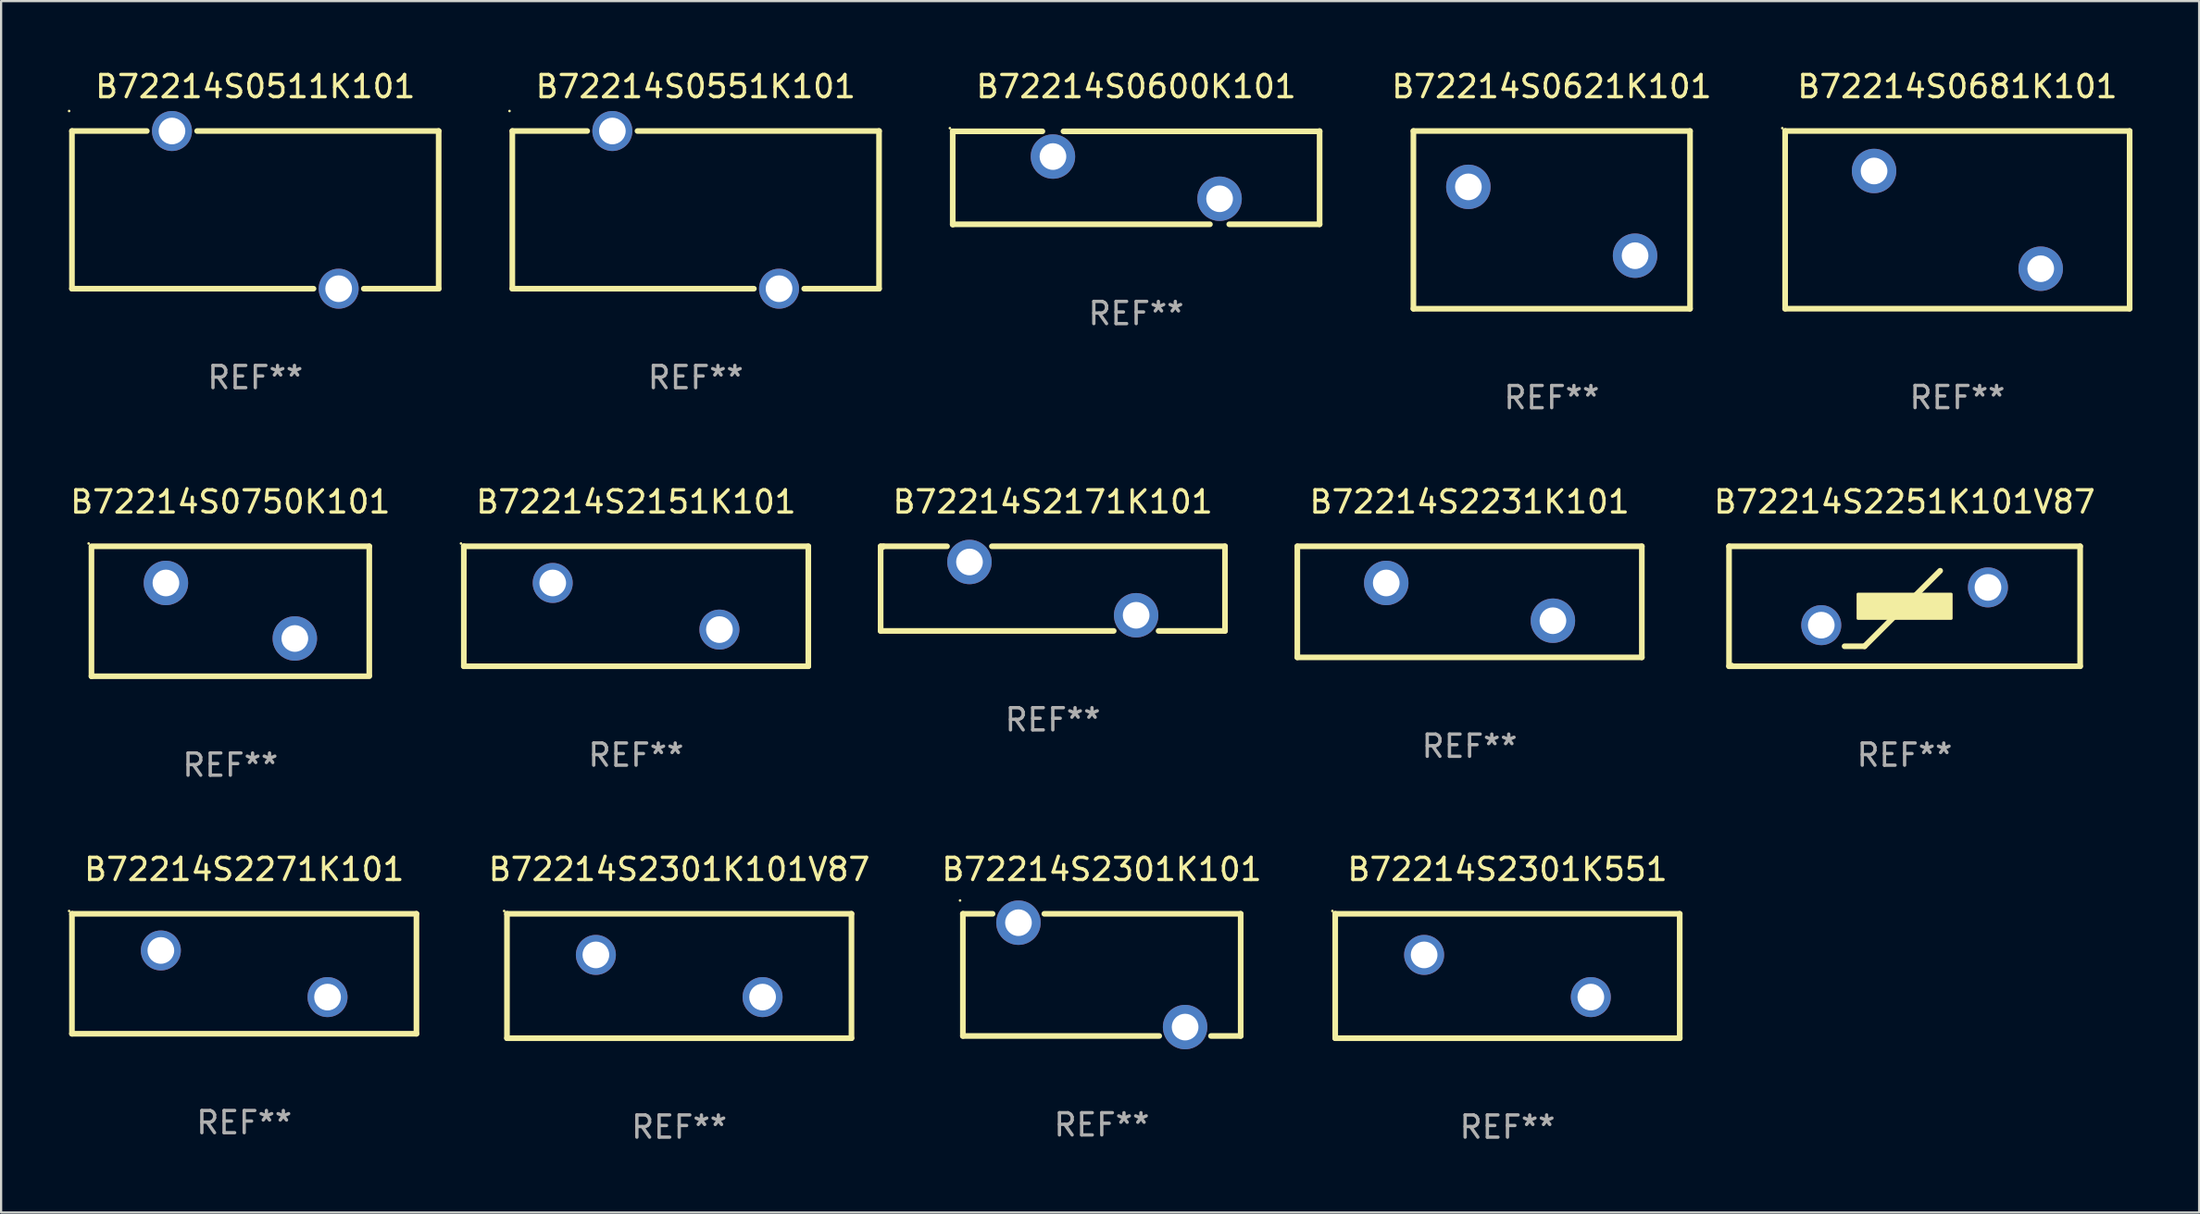
<source format=kicad_pcb>
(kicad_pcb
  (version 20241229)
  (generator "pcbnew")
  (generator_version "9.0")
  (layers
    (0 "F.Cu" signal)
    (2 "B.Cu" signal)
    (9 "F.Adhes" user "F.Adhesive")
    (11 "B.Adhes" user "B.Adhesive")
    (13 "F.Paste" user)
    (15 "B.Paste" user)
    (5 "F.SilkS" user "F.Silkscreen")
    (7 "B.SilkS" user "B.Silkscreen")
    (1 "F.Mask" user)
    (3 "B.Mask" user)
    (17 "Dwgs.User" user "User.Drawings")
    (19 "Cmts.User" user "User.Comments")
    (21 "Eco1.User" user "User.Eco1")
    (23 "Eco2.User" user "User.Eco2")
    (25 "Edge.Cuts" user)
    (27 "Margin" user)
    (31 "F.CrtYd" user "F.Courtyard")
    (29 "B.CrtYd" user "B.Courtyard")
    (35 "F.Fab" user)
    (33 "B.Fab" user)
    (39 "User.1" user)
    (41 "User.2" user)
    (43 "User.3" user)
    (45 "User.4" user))
  (footprint "B72214S0621K101"
    (layer "F.Cu")
    (at 66.766 6.849)
    (property "Reference" "B72214S0621K101" (at 0 -6.001 0) (layer "F.SilkS") (effects (font (size 1 1) (thickness 0.15))))
    (attr through_hole)
    (fp_line (start -6.223 -4.001) (end 6.223 -4.001) (stroke (width 0.254) (type solid)) (layer "F.SilkS"))
    (fp_line (start -6.223 4.001) (end -6.223 -4.001) (stroke (width 0.254) (type solid)) (layer "F.SilkS"))
    (fp_line (start 6.223 -4.001) (end 6.223 4.001) (stroke (width 0.254) (type solid)) (layer "F.SilkS"))
    (fp_line (start 6.223 4.001) (end -6.223 4.001) (stroke (width 0.254) (type solid)) (layer "F.SilkS"))
    (fp_circle (center -6.25 -3.937) (end -6.22 -3.937) (stroke (width 0.06) (type solid)) (fill no) (layer "F.SilkS"))
    (fp_text user "REF**" (at 0 8.001 0) (layer "F.Fab") (effects (font (size 1 1) (thickness 0.15))))
    (pad "1" thru_hole circle (at -3.75 -1.486) (size 2 2) (drill 1.2) (layers "*.Cu" "*.Mask"))
    (pad "2" thru_hole circle (at 3.75 1.613) (size 2 2) (drill 1.2) (layers "*.Cu" "*.Mask")))
  (footprint "B72214S2231K101"
    (layer "F.Cu")
    (at 63.07 24.046)
    (property "Reference" "B72214S2231K101" (at 0 -4.5 0) (layer "F.SilkS") (effects (font (size 1 1) (thickness 0.15))))
    (attr through_hole)
    (fp_line (start -7.75 -2.5) (end 7.75 -2.5) (stroke (width 0.254) (type solid)) (layer "F.SilkS"))
    (fp_line (start -7.75 2.5) (end -7.75 -2.499) (stroke (width 0.254) (type solid)) (layer "F.SilkS"))
    (fp_line (start 7.75 -2.5) (end 7.75 2.5) (stroke (width 0.254) (type solid)) (layer "F.SilkS"))
    (fp_line (start 7.75 2.5) (end -7.75 2.5) (stroke (width 0.254) (type solid)) (layer "F.SilkS"))
    (fp_circle (center -7.75 -2.5) (end -7.72 -2.5) (stroke (width 0.06) (type solid)) (fill no) (layer "F.SilkS"))
    (fp_text user "REF**" (at 0 6.5 0) (layer "F.Fab") (effects (font (size 1 1) (thickness 0.15))))
    (pad "1" thru_hole circle (at -3.749 -0.85) (size 2 2) (drill 1.2) (layers "*.Cu" "*.Mask"))
    (pad "2" thru_hole circle (at 3.749 0.85) (size 2 2) (drill 1.2) (layers "*.Cu" "*.Mask")))
  (footprint "B72214S2301K551"
    (layer "F.Cu")
    (at 64.775 40.892)
    (property "Reference" "B72214S2301K551" (at 0 -4.8 0) (layer "F.SilkS") (effects (font (size 1 1) (thickness 0.15))))
    (attr through_hole)
    (fp_line (start -7.75 -2.8) (end 7.75 -2.8) (stroke (width 0.254) (type solid)) (layer "F.SilkS"))
    (fp_line (start -7.75 2.8) (end -7.75 -2.8) (stroke (width 0.254) (type solid)) (layer "F.SilkS"))
    (fp_line (start 7.75 -2.8) (end 7.75 2.8) (stroke (width 0.254) (type solid)) (layer "F.SilkS"))
    (fp_line (start 7.75 2.8) (end -7.75 2.8) (stroke (width 0.254) (type solid)) (layer "F.SilkS"))
    (fp_circle (center -7.877 -2.927) (end -7.847 -2.927) (stroke (width 0.06) (type solid)) (fill no) (layer "F.SilkS"))
    (fp_text user "REF**" (at 0 6.8 0) (layer "F.Fab") (effects (font (size 1 1) (thickness 0.15))))
    (pad "1" thru_hole circle (at -3.75 -0.95) (size 1.8 1.8) (drill 1.2) (layers "*.Cu" "*.Mask"))
    (pad "2" thru_hole circle (at 3.75 0.95) (size 1.8 1.8) (drill 1.2) (layers "*.Cu" "*.Mask")))
  (footprint "B72214S0750K101"
    (layer "F.Cu")
    (at 7.315 24.471)
    (property "Reference" "B72214S0750K101" (at 0 -4.925 0) (layer "F.SilkS") (effects (font (size 1 1) (thickness 0.15))))
    (attr through_hole)
    (fp_line (start -6.25 -2.925) (end 6.25 -2.925) (stroke (width 0.254) (type solid)) (layer "F.SilkS"))
    (fp_line (start -6.25 2.925) (end -6.25 -2.875) (stroke (width 0.254) (type solid)) (layer "F.SilkS"))
    (fp_line (start 6.25 -2.925) (end 6.25 2.875) (stroke (width 0.254) (type solid)) (layer "F.SilkS"))
    (fp_line (start 6.25 2.925) (end -6.25 2.925) (stroke (width 0.254) (type solid)) (layer "F.SilkS"))
    (fp_circle (center -6.377 -3.052) (end -6.347 -3.052) (stroke (width 0.06) (type solid)) (fill no) (layer "F.SilkS"))
    (fp_text user "REF**" (at 0 6.925 0) (layer "F.Fab") (effects (font (size 1 1) (thickness 0.15))))
    (pad "1" thru_hole circle (at -2.9 -1.275) (size 2 2) (drill 1.2) (layers "*.Cu" "*.Mask"))
    (pad "2" thru_hole circle (at 2.9 1.225) (size 2 2) (drill 1.2) (layers "*.Cu" "*.Mask")))
  (footprint "B72214S2171K101"
    (layer "F.Cu")
    (at 44.319 23.451)
    (property "Reference" "B72214S2171K101" (at 0 -3.905 0) (layer "F.SilkS") (effects (font (size 1 1) (thickness 0.15))))
    (attr through_hole)
    (fp_line (start -7.747 -1.905) (end -7.62 -1.905) (stroke (width 0.254) (type solid)) (layer "F.SilkS"))
    (fp_line (start -7.747 1.905) (end -7.747 -1.905) (stroke (width 0.254) (type solid)) (layer "F.SilkS"))
    (fp_line (start -7.62 -1.905) (end -4.759 -1.905) (stroke (width 0.254) (type solid)) (layer "F.SilkS"))
    (fp_line (start -2.741 -1.905) (end 7.747 -1.905) (stroke (width 0.254) (type solid)) (layer "F.SilkS"))
    (fp_line (start 2.74 1.905) (end -7.747 1.905) (stroke (width 0.254) (type solid)) (layer "F.SilkS"))
    (fp_line (start 7.747 -1.905) (end 7.747 1.905) (stroke (width 0.254) (type solid)) (layer "F.SilkS"))
    (fp_line (start 7.747 1.905) (end 4.758 1.905) (stroke (width 0.254) (type solid)) (layer "F.SilkS"))
    (fp_circle (center -7.625 -1.8) (end -7.595 -1.8) (stroke (width 0.06) (type solid)) (fill no) (layer "F.SilkS"))
    (fp_text user "REF**" (at 0 5.905 0) (layer "F.Fab") (effects (font (size 1 1) (thickness 0.15))))
    (pad "1" thru_hole circle (at -3.75 -1.2) (size 2 2) (drill 1.2) (layers "*.Cu" "*.Mask"))
    (pad "2" thru_hole circle (at 3.749 1.2) (size 2 2) (drill 1.2) (layers "*.Cu" "*.Mask")))
  (footprint "B72214S2301K101"
    (layer "F.Cu")
    (at 46.522 40.842)
    (property "Reference" "B72214S2301K101" (at 0 -4.75 0) (layer "F.SilkS") (effects (font (size 1 1) (thickness 0.15))))
    (attr through_hole)
    (fp_line (start -6.25 -2.75) (end -4.913 -2.75) (stroke (width 0.254) (type solid)) (layer "F.SilkS"))
    (fp_line (start -6.25 2.75) (end -6.25 -2.75) (stroke (width 0.254) (type solid)) (layer "F.SilkS"))
    (fp_line (start -2.585 -2.75) (end 6.25 -2.75) (stroke (width 0.254) (type solid)) (layer "F.SilkS"))
    (fp_line (start 2.585 2.75) (end -6.25 2.75) (stroke (width 0.254) (type solid)) (layer "F.SilkS"))
    (fp_line (start 6.25 -2.75) (end 6.25 2.75) (stroke (width 0.254) (type solid)) (layer "F.SilkS"))
    (fp_line (start 6.25 2.75) (end 4.913 2.75) (stroke (width 0.254) (type solid)) (layer "F.SilkS"))
    (fp_circle (center -6.377 -3.35) (end -6.347 -3.35) (stroke (width 0.06) (type solid)) (fill no) (layer "F.SilkS"))
    (fp_text user "REF**" (at 0 6.75 0) (layer "F.Fab") (effects (font (size 1 1) (thickness 0.15))))
    (pad "1" thru_hole circle (at -3.749 -2.35) (size 2 2) (drill 1.2) (layers "*.Cu" "*.Mask"))
    (pad "2" thru_hole circle (at 3.749 2.35) (size 2 2) (drill 1.2) (layers "*.Cu" "*.Mask")))
  (footprint "B72214S0551K101"
    (layer "F.Cu")
    (at 28.251 6.398)
    (property "Reference" "B72214S0551K101" (at 0 -5.55 0) (layer "F.SilkS") (effects (font (size 1 1) (thickness 0.15))))
    (attr through_hole)
    (fp_line (start -8.25 -3.55) (end -4.881 -3.55) (stroke (width 0.254) (type solid)) (layer "F.SilkS"))
    (fp_line (start -8.25 3.55) (end -8.25 -3.55) (stroke (width 0.254) (type solid)) (layer "F.SilkS"))
    (fp_line (start -8.25 3.55) (end 2.619 3.55) (stroke (width 0.254) (type solid)) (layer "F.SilkS"))
    (fp_line (start -2.619 -3.55) (end 8.25 -3.55) (stroke (width 0.254) (type solid)) (layer "F.SilkS"))
    (fp_line (start 4.881 3.55) (end 8.25 3.55) (stroke (width 0.254) (type solid)) (layer "F.SilkS"))
    (fp_line (start 8.25 -3.55) (end 8.25 3.55) (stroke (width 0.254) (type solid)) (layer "F.SilkS"))
    (fp_circle (center -8.377 -4.45) (end -8.347 -4.45) (stroke (width 0.06) (type solid)) (fill no) (layer "F.SilkS"))
    (fp_text user "REF**" (at 0 7.55 0) (layer "F.Fab") (effects (font (size 1 1) (thickness 0.15))))
    (pad "1" thru_hole circle (at -3.75 -3.55) (size 1.8 1.8) (drill 1.2) (layers "*.Cu" "*.Mask"))
    (pad "2" thru_hole circle (at 3.75 3.55) (size 1.8 1.8) (drill 1.2) (layers "*.Cu" "*.Mask")))
  (footprint "B72214S0600K101"
    (layer "F.Cu")
    (at 48.069 4.956)
    (property "Reference" "B72214S0600K101" (at 0 -4.108 0) (layer "F.SilkS") (effects (font (size 1 1) (thickness 0.15))))
    (attr through_hole)
    (fp_line (start -8.254 -2.093) (end -4.219 -2.093) (stroke (width 0.254) (type solid)) (layer "F.SilkS"))
    (fp_line (start -8.254 2.108) (end -8.254 -2.093) (stroke (width 0.254) (type solid)) (layer "F.SilkS"))
    (fp_line (start -3.271 -2.093) (end 8.254 -2.093) (stroke (width 0.254) (type solid)) (layer "F.SilkS"))
    (fp_line (start 3.319 2.092) (end -8.254 2.092) (stroke (width 0.254) (type solid)) (layer "F.SilkS"))
    (fp_line (start 8.254 -2.108) (end 8.254 2.092) (stroke (width 0.254) (type solid)) (layer "F.SilkS"))
    (fp_line (start 8.254 2.092) (end 4.188 2.092) (stroke (width 0.254) (type solid)) (layer "F.SilkS"))
    (fp_circle (center -8.381 -2.235) (end -8.351 -2.235) (stroke (width 0.06) (type solid)) (fill no) (layer "F.SilkS"))
    (fp_text user "REF**" (at 0 6.108 0) (layer "F.Fab") (effects (font (size 1 1) (thickness 0.15))))
    (pad "1" thru_hole circle (at -3.745 -0.958) (size 2 2) (drill 1.2) (layers "*.Cu" "*.Mask"))
    (pad "2" thru_hole circle (at 3.753 0.942) (size 2 2) (drill 1.2) (layers "*.Cu" "*.Mask")))
  (footprint "B72214S2151K101"
    (layer "F.Cu")
    (at 25.568 24.246)
    (property "Reference" "B72214S2151K101" (at 0 -4.7 0) (layer "F.SilkS") (effects (font (size 1 1) (thickness 0.15))))
    (attr through_hole)
    (fp_line (start -7.75 -2.7) (end 7.75 -2.7) (stroke (width 0.254) (type solid)) (layer "F.SilkS"))
    (fp_line (start -7.75 2.7) (end -7.75 -2.7) (stroke (width 0.254) (type solid)) (layer "F.SilkS"))
    (fp_line (start 7.75 -2.7) (end 7.75 2.7) (stroke (width 0.254) (type solid)) (layer "F.SilkS"))
    (fp_line (start 7.75 2.7) (end -7.75 2.7) (stroke (width 0.254) (type solid)) (layer "F.SilkS"))
    (fp_circle (center -7.877 -2.827) (end -7.847 -2.827) (stroke (width 0.06) (type solid)) (fill no) (layer "F.SilkS"))
    (fp_text user "REF**" (at 0 6.7 0) (layer "F.Fab") (effects (font (size 1 1) (thickness 0.15))))
    (pad "1" thru_hole circle (at -3.75 -1.05) (size 1.8 1.8) (drill 1.2) (layers "*.Cu" "*.Mask"))
    (pad "2" thru_hole circle (at 3.75 1.05) (size 1.8 1.8) (drill 1.2) (layers "*.Cu" "*.Mask")))
  (footprint "B72214S2271K101"
    (layer "F.Cu")
    (at 7.937 40.792)
    (property "Reference" "B72214S2271K101" (at 0 -4.7 0) (layer "F.SilkS") (effects (font (size 1 1) (thickness 0.15))))
    (attr through_hole)
    (fp_line (start -7.75 -2.7) (end 7.75 -2.7) (stroke (width 0.254) (type solid)) (layer "F.SilkS"))
    (fp_line (start -7.75 2.7) (end -7.75 -2.7) (stroke (width 0.254) (type solid)) (layer "F.SilkS"))
    (fp_line (start 7.75 -2.7) (end 7.75 2.7) (stroke (width 0.254) (type solid)) (layer "F.SilkS"))
    (fp_line (start 7.75 2.7) (end -7.75 2.7) (stroke (width 0.254) (type solid)) (layer "F.SilkS"))
    (fp_circle (center -7.877 -2.827) (end -7.847 -2.827) (stroke (width 0.06) (type solid)) (fill no) (layer "F.SilkS"))
    (fp_text user "REF**" (at 0 6.7 0) (layer "F.Fab") (effects (font (size 1 1) (thickness 0.15))))
    (pad "1" thru_hole circle (at -3.75 -1.05) (size 1.8 1.8) (drill 1.2) (layers "*.Cu" "*.Mask"))
    (pad "2" thru_hole circle (at 3.75 1.05) (size 1.8 1.8) (drill 1.2) (layers "*.Cu" "*.Mask")))
  (footprint "B72214S0681K101"
    (layer "F.Cu")
    (at 85.018 6.848)
    (property "Reference" "B72214S0681K101" (at 0 -6 0) (layer "F.SilkS") (effects (font (size 1 1) (thickness 0.15))))
    (attr through_hole)
    (fp_line (start -7.75 -4) (end 7.75 -4) (stroke (width 0.254) (type solid)) (layer "F.SilkS"))
    (fp_line (start -7.75 4) (end -7.75 -4) (stroke (width 0.254) (type solid)) (layer "F.SilkS"))
    (fp_line (start 7.75 -4) (end 7.75 4) (stroke (width 0.254) (type solid)) (layer "F.SilkS"))
    (fp_line (start 7.75 4) (end -7.75 4) (stroke (width 0.254) (type solid)) (layer "F.SilkS"))
    (fp_circle (center -7.877 -4.127) (end -7.847 -4.127) (stroke (width 0.06) (type solid)) (fill no) (layer "F.SilkS"))
    (fp_text user "REF**" (at 0 8 0) (layer "F.Fab") (effects (font (size 1 1) (thickness 0.15))))
    (pad "1" thru_hole circle (at -3.749 -2.2) (size 2 2) (drill 1.2) (layers "*.Cu" "*.Mask"))
    (pad "2" thru_hole circle (at 3.749 2.2) (size 2 2) (drill 1.2) (layers "*.Cu" "*.Mask")))
  (footprint "B72214S0511K101"
    (layer "F.Cu")
    (at 8.437 6.398)
    (property "Reference" "B72214S0511K101" (at 0 -5.55 0) (layer "F.SilkS") (effects (font (size 1 1) (thickness 0.15))))
    (attr through_hole)
    (fp_line (start -8.25 -3.55) (end -4.881 -3.55) (stroke (width 0.254) (type solid)) (layer "F.SilkS"))
    (fp_line (start -8.25 3.55) (end -8.25 -3.55) (stroke (width 0.254) (type solid)) (layer "F.SilkS"))
    (fp_line (start -8.25 3.55) (end 2.619 3.55) (stroke (width 0.254) (type solid)) (layer "F.SilkS"))
    (fp_line (start -2.619 -3.55) (end 8.25 -3.55) (stroke (width 0.254) (type solid)) (layer "F.SilkS"))
    (fp_line (start 4.881 3.55) (end 8.25 3.55) (stroke (width 0.254) (type solid)) (layer "F.SilkS"))
    (fp_line (start 8.25 -3.55) (end 8.25 3.55) (stroke (width 0.254) (type solid)) (layer "F.SilkS"))
    (fp_circle (center -8.377 -4.45) (end -8.347 -4.45) (stroke (width 0.06) (type solid)) (fill no) (layer "F.SilkS"))
    (fp_text user "REF**" (at 0 7.55 0) (layer "F.Fab") (effects (font (size 1 1) (thickness 0.15))))
    (pad "1" thru_hole circle (at -3.75 -3.55) (size 1.8 1.8) (drill 1.2) (layers "*.Cu" "*.Mask"))
    (pad "2" thru_hole circle (at 3.75 3.55) (size 1.8 1.8) (drill 1.2) (layers "*.Cu" "*.Mask")))
  (footprint "B72214S2301K101V87"
    (layer "F.Cu")
    (at 27.51 40.892)
    (property "Reference" "B72214S2301K101V87" (at 0 -4.8 0) (layer "F.SilkS") (effects (font (size 1 1) (thickness 0.15))))
    (attr through_hole)
    (fp_line (start -7.75 -2.8) (end 7.75 -2.8) (stroke (width 0.254) (type solid)) (layer "F.SilkS"))
    (fp_line (start -7.75 2.8) (end -7.75 -2.8) (stroke (width 0.254) (type solid)) (layer "F.SilkS"))
    (fp_line (start 7.75 -2.8) (end 7.75 2.8) (stroke (width 0.254) (type solid)) (layer "F.SilkS"))
    (fp_line (start 7.75 2.8) (end -7.75 2.8) (stroke (width 0.254) (type solid)) (layer "F.SilkS"))
    (fp_circle (center -7.877 -2.927) (end -7.847 -2.927) (stroke (width 0.06) (type solid)) (fill no) (layer "F.SilkS"))
    (fp_text user "REF**" (at 0 6.8 0) (layer "F.Fab") (effects (font (size 1 1) (thickness 0.15))))
    (pad "1" thru_hole circle (at -3.75 -0.95) (size 1.8 1.8) (drill 1.2) (layers "*.Cu" "*.Mask"))
    (pad "2" thru_hole circle (at 3.75 0.95) (size 1.8 1.8) (drill 1.2) (layers "*.Cu" "*.Mask")))
  (footprint "B72214S2251K101V87"
    (layer "F.Cu")
    (at 82.643 24.246)
    (property "Reference" "B72214S2251K101V87" (at 0 -4.7 0) (layer "F.SilkS") (effects (font (size 1 1) (thickness 0.15))))
    (attr through_hole)
    (fp_line (start -7.899 -2.7) (end -7.899 2.7) (stroke (width 0.254) (type solid)) (layer "F.SilkS"))
    (fp_line (start -7.899 2.7) (end 7.899 2.7) (stroke (width 0.254) (type solid)) (layer "F.SilkS"))
    (fp_line (start -2.7 1.801) (end -1.801 1.801) (stroke (width 0.254) (type solid)) (layer "F.SilkS"))
    (fp_line (start -1.801 1.801) (end 1.6 -1.6) (stroke (width 0.254) (type solid)) (layer "F.SilkS"))
    (fp_line (start 7.899 -2.7) (end -7.899 -2.7) (stroke (width 0.254) (type solid)) (layer "F.SilkS"))
    (fp_line (start 7.899 -2.7) (end 7.899 2.7) (stroke (width 0.254) (type solid)) (layer "F.SilkS"))
    (fp_circle (center -7.75 2.6) (end -7.72 2.6) (stroke (width 0.06) (type solid)) (fill no) (layer "F.SilkS"))
    (fp_poly (pts (xy -2.1 -0.55) (xy 2.1 -0.55) (xy 2.1 0.55) (xy -2.1 0.55)) (stroke (width 0.12) (type solid)) (fill yes) (layer "F.SilkS"))
    (fp_text user "REF**" (at 0 6.7 0) (layer "F.Fab") (effects (font (size 1 1) (thickness 0.15))))
    (pad "1" thru_hole circle (at -3.75 0.85) (size 1.8 1.8) (drill 1.2) (layers "*.Cu" "*.Mask"))
    (pad "2" thru_hole circle (at 3.75 -0.85) (size 1.8 1.8) (drill 1.2) (layers "*.Cu" "*.Mask")))
  (gr_rect
    (start -3 -3)
    (end 95.895 51.541)
    (stroke (width 0.1) (type default))
    (fill no)
    (layer "Edge.Cuts")))
</source>
